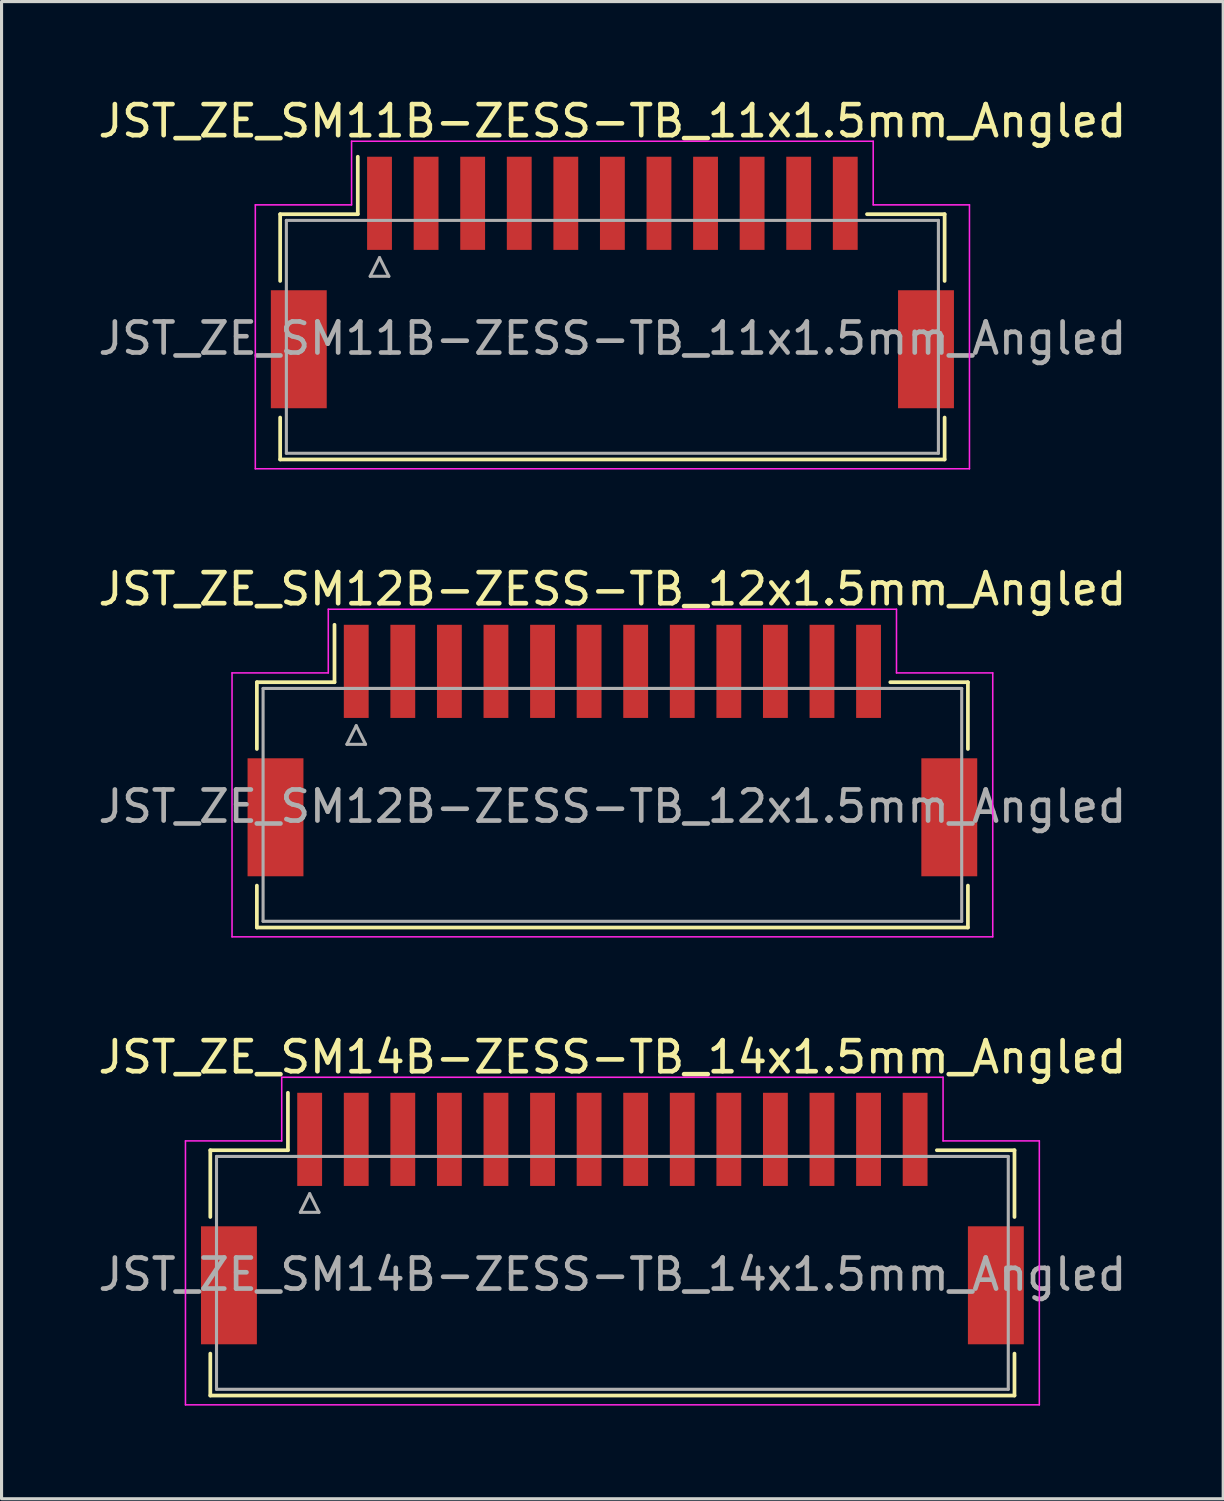
<source format=kicad_pcb>
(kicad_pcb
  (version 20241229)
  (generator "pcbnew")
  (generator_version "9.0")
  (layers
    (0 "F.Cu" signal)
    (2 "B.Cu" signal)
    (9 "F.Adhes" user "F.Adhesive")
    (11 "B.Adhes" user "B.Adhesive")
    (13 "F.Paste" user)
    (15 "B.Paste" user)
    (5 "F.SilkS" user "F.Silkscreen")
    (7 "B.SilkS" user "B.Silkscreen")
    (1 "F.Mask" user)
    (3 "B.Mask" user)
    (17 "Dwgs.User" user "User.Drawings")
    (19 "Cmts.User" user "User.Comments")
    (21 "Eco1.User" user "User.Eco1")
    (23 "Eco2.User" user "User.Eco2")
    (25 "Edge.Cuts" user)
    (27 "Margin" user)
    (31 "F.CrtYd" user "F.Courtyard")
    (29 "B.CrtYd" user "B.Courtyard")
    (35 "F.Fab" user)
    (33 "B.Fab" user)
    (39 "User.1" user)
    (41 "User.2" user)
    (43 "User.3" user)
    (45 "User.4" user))
  (footprint "JST_ZE_SM12B-ZESS-TB_12x1.5mm_Angled"
    (layer "F.Cu")
    (at 16.673 20.922)
    (property "Reference" "JST_ZE_SM12B-ZESS-TB_12x1.5mm_Angled" (at 0 -5 0) (layer "F.SilkS") (effects (font (size 1 1) (thickness 0.15))))
    (attr smd)
    (fp_line (start -11.45 -2) (end -8.95 -2) (stroke (width 0.12) (type solid)) (layer "F.SilkS"))
    (fp_line (start -11.45 0.15) (end -11.45 -2) (stroke (width 0.12) (type solid)) (layer "F.SilkS"))
    (fp_line (start -11.45 4.55) (end -11.45 5.9) (stroke (width 0.12) (type solid)) (layer "F.SilkS"))
    (fp_line (start -11.45 5.9) (end 11.45 5.9) (stroke (width 0.12) (type solid)) (layer "F.SilkS"))
    (fp_line (start -8.95 -2) (end -8.95 -3.85) (stroke (width 0.12) (type solid)) (layer "F.SilkS"))
    (fp_line (start 11.45 -2) (end 8.95 -2) (stroke (width 0.12) (type solid)) (layer "F.SilkS"))
    (fp_line (start 11.45 0.15) (end 11.45 -2) (stroke (width 0.12) (type solid)) (layer "F.SilkS"))
    (fp_line (start 11.45 5.9) (end 11.45 4.55) (stroke (width 0.12) (type solid)) (layer "F.SilkS"))
    (fp_line (start -12.25 -2.3) (end -12.25 6.2) (stroke (width 0.05) (type solid)) (layer "F.CrtYd"))
    (fp_line (start -12.25 6.2) (end 12.25 6.2) (stroke (width 0.05) (type solid)) (layer "F.CrtYd"))
    (fp_line (start -9.15 -4.35) (end -9.15 -2.3) (stroke (width 0.05) (type solid)) (layer "F.CrtYd"))
    (fp_line (start -9.15 -2.3) (end -12.25 -2.3) (stroke (width 0.05) (type solid)) (layer "F.CrtYd"))
    (fp_line (start 9.15 -4.35) (end -9.15 -4.35) (stroke (width 0.05) (type solid)) (layer "F.CrtYd"))
    (fp_line (start 9.15 -2.3) (end 9.15 -4.35) (stroke (width 0.05) (type solid)) (layer "F.CrtYd"))
    (fp_line (start 12.25 -2.3) (end 9.15 -2.3) (stroke (width 0.05) (type solid)) (layer "F.CrtYd"))
    (fp_line (start 12.25 6.2) (end 12.25 -2.3) (stroke (width 0.05) (type solid)) (layer "F.CrtYd"))
    (fp_line (start -11.25 -1.8) (end -11.25 5.7) (stroke (width 0.1) (type solid)) (layer "F.Fab"))
    (fp_line (start -11.25 5.7) (end 11.25 5.7) (stroke (width 0.1) (type solid)) (layer "F.Fab"))
    (fp_line (start -8.55 0) (end -7.95 0) (stroke (width 0.1) (type solid)) (layer "F.Fab"))
    (fp_line (start -8.25 -0.6) (end -8.55 0) (stroke (width 0.1) (type solid)) (layer "F.Fab"))
    (fp_line (start -7.95 0) (end -8.25 -0.6) (stroke (width 0.1) (type solid)) (layer "F.Fab"))
    (fp_line (start 11.25 -1.8) (end -11.25 -1.8) (stroke (width 0.1) (type solid)) (layer "F.Fab"))
    (fp_line (start 11.25 5.7) (end 11.25 -1.8) (stroke (width 0.1) (type solid)) (layer "F.Fab"))
    (fp_text user "${REFERENCE}" (at 0 2 0) (layer "F.Fab") (effects (font (size 1 1) (thickness 0.15))))
    (pad "" smd rect (at -10.85 2.35) (size 1.8 3.8) (layers "F.Cu" "F.Mask" "F.Paste"))
    (pad "" smd rect (at 10.85 2.35) (size 1.8 3.8) (layers "F.Cu" "F.Mask" "F.Paste"))
    (pad "1" smd rect (at -8.25 -2.35) (size 0.8 3) (layers "F.Cu" "F.Mask" "F.Paste"))
    (pad "2" smd rect (at -6.75 -2.35) (size 0.8 3) (layers "F.Cu" "F.Mask" "F.Paste"))
    (pad "3" smd rect (at -5.25 -2.35) (size 0.8 3) (layers "F.Cu" "F.Mask" "F.Paste"))
    (pad "4" smd rect (at -3.75 -2.35) (size 0.8 3) (layers "F.Cu" "F.Mask" "F.Paste"))
    (pad "5" smd rect (at -2.25 -2.35) (size 0.8 3) (layers "F.Cu" "F.Mask" "F.Paste"))
    (pad "6" smd rect (at -0.75 -2.35) (size 0.8 3) (layers "F.Cu" "F.Mask" "F.Paste"))
    (pad "7" smd rect (at 0.75 -2.35) (size 0.8 3) (layers "F.Cu" "F.Mask" "F.Paste"))
    (pad "8" smd rect (at 2.25 -2.35) (size 0.8 3) (layers "F.Cu" "F.Mask" "F.Paste"))
    (pad "9" smd rect (at 3.75 -2.35) (size 0.8 3) (layers "F.Cu" "F.Mask" "F.Paste"))
    (pad "10" smd rect (at 5.25 -2.35) (size 0.8 3) (layers "F.Cu" "F.Mask" "F.Paste"))
    (pad "11" smd rect (at 6.75 -2.35) (size 0.8 3) (layers "F.Cu" "F.Mask" "F.Paste"))
    (pad "12" smd rect (at 8.25 -2.35) (size 0.8 3) (layers "F.Cu" "F.Mask" "F.Paste")))
  (footprint "JST_ZE_SM14B-ZESS-TB_14x1.5mm_Angled"
    (layer "F.Cu")
    (at 16.673 35.995)
    (property "Reference" "JST_ZE_SM14B-ZESS-TB_14x1.5mm_Angled" (at 0 -5 0) (layer "F.SilkS") (effects (font (size 1 1) (thickness 0.15))))
    (attr smd)
    (fp_line (start -12.95 -2) (end -10.45 -2) (stroke (width 0.12) (type solid)) (layer "F.SilkS"))
    (fp_line (start -12.95 0.15) (end -12.95 -2) (stroke (width 0.12) (type solid)) (layer "F.SilkS"))
    (fp_line (start -12.95 4.55) (end -12.95 5.9) (stroke (width 0.12) (type solid)) (layer "F.SilkS"))
    (fp_line (start -12.95 5.9) (end 12.95 5.9) (stroke (width 0.12) (type solid)) (layer "F.SilkS"))
    (fp_line (start -10.45 -2) (end -10.45 -3.85) (stroke (width 0.12) (type solid)) (layer "F.SilkS"))
    (fp_line (start 12.95 -2) (end 10.45 -2) (stroke (width 0.12) (type solid)) (layer "F.SilkS"))
    (fp_line (start 12.95 0.15) (end 12.95 -2) (stroke (width 0.12) (type solid)) (layer "F.SilkS"))
    (fp_line (start 12.95 5.9) (end 12.95 4.55) (stroke (width 0.12) (type solid)) (layer "F.SilkS"))
    (fp_line (start -13.75 -2.3) (end -13.75 6.2) (stroke (width 0.05) (type solid)) (layer "F.CrtYd"))
    (fp_line (start -13.75 6.2) (end 13.75 6.2) (stroke (width 0.05) (type solid)) (layer "F.CrtYd"))
    (fp_line (start -10.65 -4.35) (end -10.65 -2.3) (stroke (width 0.05) (type solid)) (layer "F.CrtYd"))
    (fp_line (start -10.65 -2.3) (end -13.75 -2.3) (stroke (width 0.05) (type solid)) (layer "F.CrtYd"))
    (fp_line (start 10.65 -4.35) (end -10.65 -4.35) (stroke (width 0.05) (type solid)) (layer "F.CrtYd"))
    (fp_line (start 10.65 -2.3) (end 10.65 -4.35) (stroke (width 0.05) (type solid)) (layer "F.CrtYd"))
    (fp_line (start 13.75 -2.3) (end 10.65 -2.3) (stroke (width 0.05) (type solid)) (layer "F.CrtYd"))
    (fp_line (start 13.75 6.2) (end 13.75 -2.3) (stroke (width 0.05) (type solid)) (layer "F.CrtYd"))
    (fp_line (start -12.75 -1.8) (end -12.75 5.7) (stroke (width 0.1) (type solid)) (layer "F.Fab"))
    (fp_line (start -12.75 5.7) (end 12.75 5.7) (stroke (width 0.1) (type solid)) (layer "F.Fab"))
    (fp_line (start -10.05 0) (end -9.45 0) (stroke (width 0.1) (type solid)) (layer "F.Fab"))
    (fp_line (start -9.75 -0.6) (end -10.05 0) (stroke (width 0.1) (type solid)) (layer "F.Fab"))
    (fp_line (start -9.45 0) (end -9.75 -0.6) (stroke (width 0.1) (type solid)) (layer "F.Fab"))
    (fp_line (start 12.75 -1.8) (end -12.75 -1.8) (stroke (width 0.1) (type solid)) (layer "F.Fab"))
    (fp_line (start 12.75 5.7) (end 12.75 -1.8) (stroke (width 0.1) (type solid)) (layer "F.Fab"))
    (fp_text user "${REFERENCE}" (at 0 2 0) (layer "F.Fab") (effects (font (size 1 1) (thickness 0.15))))
    (pad "" smd rect (at -12.35 2.35) (size 1.8 3.8) (layers "F.Cu" "F.Mask" "F.Paste"))
    (pad "" smd rect (at 12.35 2.35) (size 1.8 3.8) (layers "F.Cu" "F.Mask" "F.Paste"))
    (pad "1" smd rect (at -9.75 -2.35) (size 0.8 3) (layers "F.Cu" "F.Mask" "F.Paste"))
    (pad "2" smd rect (at -8.25 -2.35) (size 0.8 3) (layers "F.Cu" "F.Mask" "F.Paste"))
    (pad "3" smd rect (at -6.75 -2.35) (size 0.8 3) (layers "F.Cu" "F.Mask" "F.Paste"))
    (pad "4" smd rect (at -5.25 -2.35) (size 0.8 3) (layers "F.Cu" "F.Mask" "F.Paste"))
    (pad "5" smd rect (at -3.75 -2.35) (size 0.8 3) (layers "F.Cu" "F.Mask" "F.Paste"))
    (pad "6" smd rect (at -2.25 -2.35) (size 0.8 3) (layers "F.Cu" "F.Mask" "F.Paste"))
    (pad "7" smd rect (at -0.75 -2.35) (size 0.8 3) (layers "F.Cu" "F.Mask" "F.Paste"))
    (pad "8" smd rect (at 0.75 -2.35) (size 0.8 3) (layers "F.Cu" "F.Mask" "F.Paste"))
    (pad "9" smd rect (at 2.25 -2.35) (size 0.8 3) (layers "F.Cu" "F.Mask" "F.Paste"))
    (pad "10" smd rect (at 3.75 -2.35) (size 0.8 3) (layers "F.Cu" "F.Mask" "F.Paste"))
    (pad "11" smd rect (at 5.25 -2.35) (size 0.8 3) (layers "F.Cu" "F.Mask" "F.Paste"))
    (pad "12" smd rect (at 6.75 -2.35) (size 0.8 3) (layers "F.Cu" "F.Mask" "F.Paste"))
    (pad "13" smd rect (at 8.25 -2.35) (size 0.8 3) (layers "F.Cu" "F.Mask" "F.Paste"))
    (pad "14" smd rect (at 9.75 -2.35) (size 0.8 3) (layers "F.Cu" "F.Mask" "F.Paste")))
  (footprint "JST_ZE_SM11B-ZESS-TB_11x1.5mm_Angled"
    (layer "F.Cu")
    (at 16.673 5.848)
    (property "Reference" "JST_ZE_SM11B-ZESS-TB_11x1.5mm_Angled" (at 0 -5 0) (layer "F.SilkS") (effects (font (size 1 1) (thickness 0.15))))
    (attr smd)
    (fp_line (start -10.7 -2) (end -8.2 -2) (stroke (width 0.12) (type solid)) (layer "F.SilkS"))
    (fp_line (start -10.7 0.15) (end -10.7 -2) (stroke (width 0.12) (type solid)) (layer "F.SilkS"))
    (fp_line (start -10.7 4.55) (end -10.7 5.9) (stroke (width 0.12) (type solid)) (layer "F.SilkS"))
    (fp_line (start -10.7 5.9) (end 10.7 5.9) (stroke (width 0.12) (type solid)) (layer "F.SilkS"))
    (fp_line (start -8.2 -2) (end -8.2 -3.85) (stroke (width 0.12) (type solid)) (layer "F.SilkS"))
    (fp_line (start 10.7 -2) (end 8.2 -2) (stroke (width 0.12) (type solid)) (layer "F.SilkS"))
    (fp_line (start 10.7 0.15) (end 10.7 -2) (stroke (width 0.12) (type solid)) (layer "F.SilkS"))
    (fp_line (start 10.7 5.9) (end 10.7 4.55) (stroke (width 0.12) (type solid)) (layer "F.SilkS"))
    (fp_line (start -11.5 -2.3) (end -11.5 6.2) (stroke (width 0.05) (type solid)) (layer "F.CrtYd"))
    (fp_line (start -11.5 6.2) (end 11.5 6.2) (stroke (width 0.05) (type solid)) (layer "F.CrtYd"))
    (fp_line (start -8.4 -4.35) (end -8.4 -2.3) (stroke (width 0.05) (type solid)) (layer "F.CrtYd"))
    (fp_line (start -8.4 -2.3) (end -11.5 -2.3) (stroke (width 0.05) (type solid)) (layer "F.CrtYd"))
    (fp_line (start 8.4 -4.35) (end -8.4 -4.35) (stroke (width 0.05) (type solid)) (layer "F.CrtYd"))
    (fp_line (start 8.4 -2.3) (end 8.4 -4.35) (stroke (width 0.05) (type solid)) (layer "F.CrtYd"))
    (fp_line (start 11.5 -2.3) (end 8.4 -2.3) (stroke (width 0.05) (type solid)) (layer "F.CrtYd"))
    (fp_line (start 11.5 6.2) (end 11.5 -2.3) (stroke (width 0.05) (type solid)) (layer "F.CrtYd"))
    (fp_line (start -10.5 -1.8) (end -10.5 5.7) (stroke (width 0.1) (type solid)) (layer "F.Fab"))
    (fp_line (start -10.5 5.7) (end 10.5 5.7) (stroke (width 0.1) (type solid)) (layer "F.Fab"))
    (fp_line (start -7.8 0) (end -7.2 0) (stroke (width 0.1) (type solid)) (layer "F.Fab"))
    (fp_line (start -7.5 -0.6) (end -7.8 0) (stroke (width 0.1) (type solid)) (layer "F.Fab"))
    (fp_line (start -7.2 0) (end -7.5 -0.6) (stroke (width 0.1) (type solid)) (layer "F.Fab"))
    (fp_line (start 10.5 -1.8) (end -10.5 -1.8) (stroke (width 0.1) (type solid)) (layer "F.Fab"))
    (fp_line (start 10.5 5.7) (end 10.5 -1.8) (stroke (width 0.1) (type solid)) (layer "F.Fab"))
    (fp_text user "${REFERENCE}" (at 0 2 0) (layer "F.Fab") (effects (font (size 1 1) (thickness 0.15))))
    (pad "" smd rect (at -10.1 2.35) (size 1.8 3.8) (layers "F.Cu" "F.Mask" "F.Paste"))
    (pad "" smd rect (at 10.1 2.35) (size 1.8 3.8) (layers "F.Cu" "F.Mask" "F.Paste"))
    (pad "1" smd rect (at -7.5 -2.35) (size 0.8 3) (layers "F.Cu" "F.Mask" "F.Paste"))
    (pad "2" smd rect (at -6 -2.35) (size 0.8 3) (layers "F.Cu" "F.Mask" "F.Paste"))
    (pad "3" smd rect (at -4.5 -2.35) (size 0.8 3) (layers "F.Cu" "F.Mask" "F.Paste"))
    (pad "4" smd rect (at -3 -2.35) (size 0.8 3) (layers "F.Cu" "F.Mask" "F.Paste"))
    (pad "5" smd rect (at -1.5 -2.35) (size 0.8 3) (layers "F.Cu" "F.Mask" "F.Paste"))
    (pad "6" smd rect (at 0 -2.35) (size 0.8 3) (layers "F.Cu" "F.Mask" "F.Paste"))
    (pad "7" smd rect (at 1.5 -2.35) (size 0.8 3) (layers "F.Cu" "F.Mask" "F.Paste"))
    (pad "8" smd rect (at 3 -2.35) (size 0.8 3) (layers "F.Cu" "F.Mask" "F.Paste"))
    (pad "9" smd rect (at 4.5 -2.35) (size 0.8 3) (layers "F.Cu" "F.Mask" "F.Paste"))
    (pad "10" smd rect (at 6 -2.35) (size 0.8 3) (layers "F.Cu" "F.Mask" "F.Paste"))
    (pad "11" smd rect (at 7.5 -2.35) (size 0.8 3) (layers "F.Cu" "F.Mask" "F.Paste")))
  (gr_rect
    (start -3 -3)
    (end 36.345 45.22)
    (stroke (width 0.1) (type default))
    (fill no)
    (layer "Edge.Cuts")))
</source>
